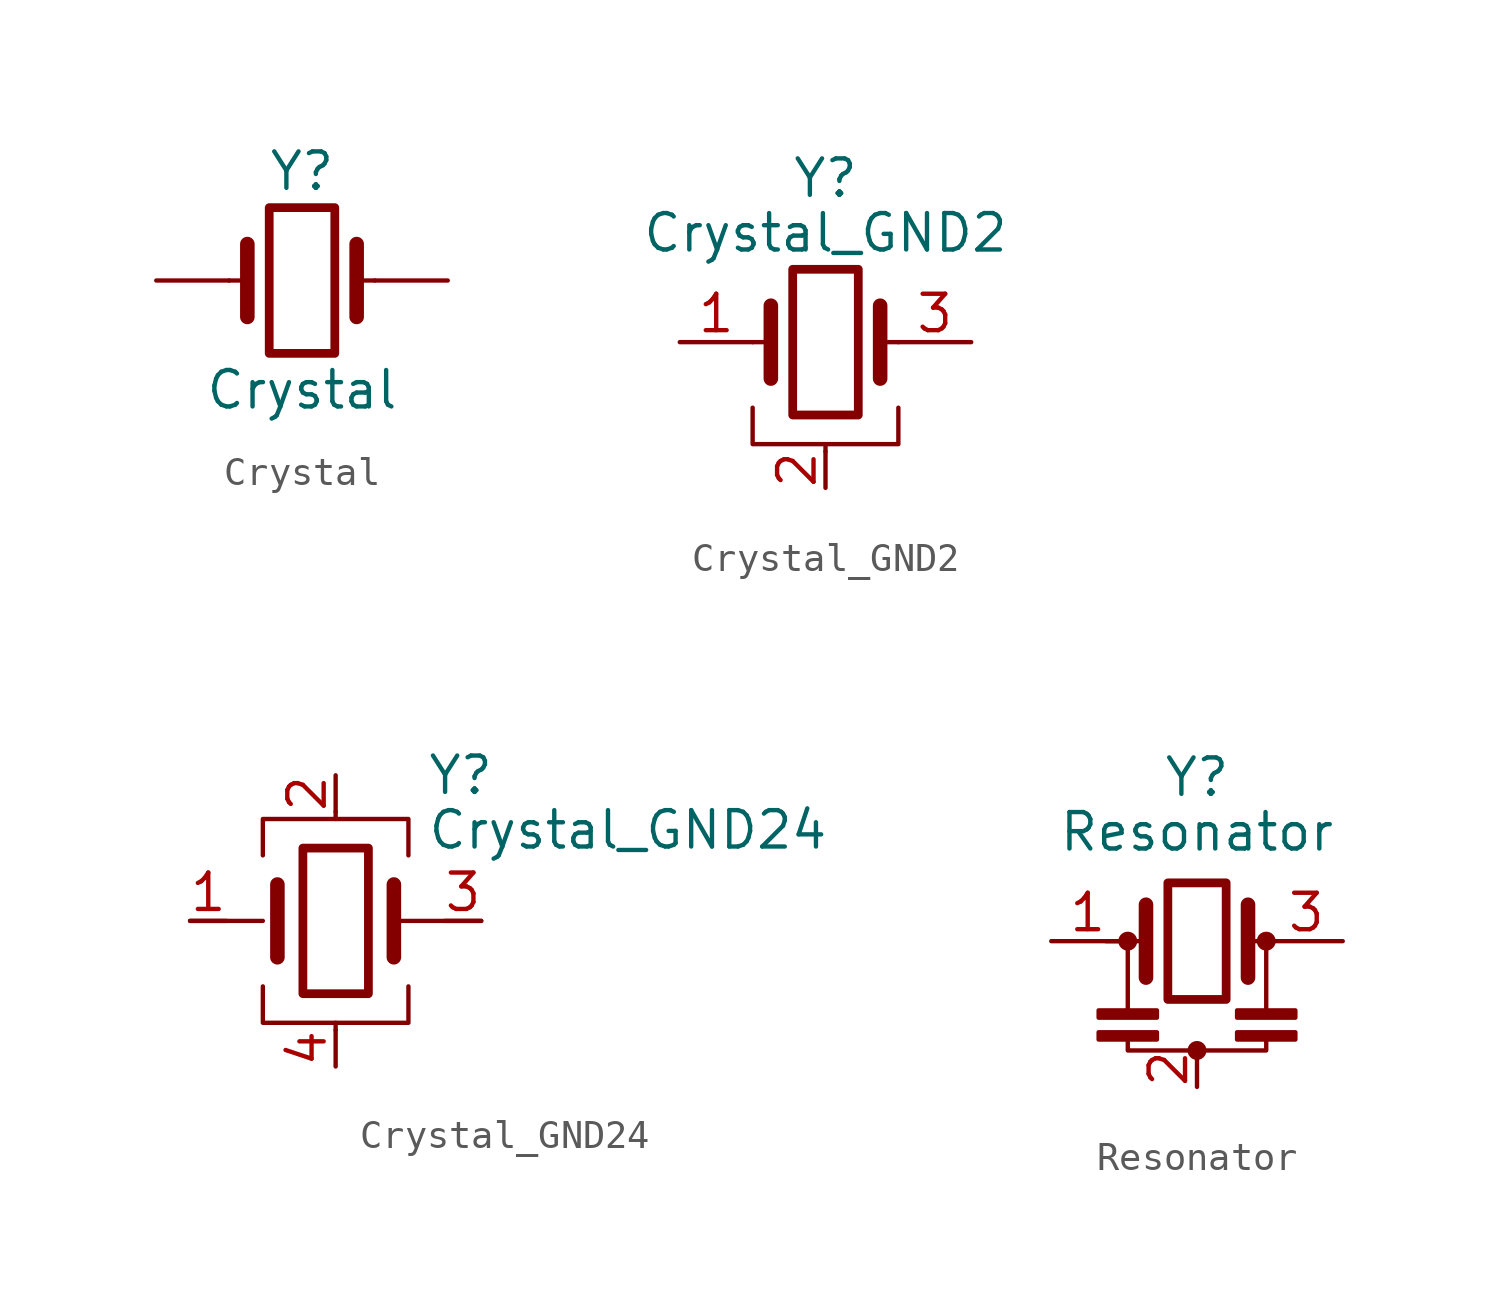
<source format=kicad_sym>
(kicad_symbol_lib
  (version 20220914)
  (generator kicad_symbol_editor)
  (symbol "Crystal"
    (pin_numbers hide)
    (pin_names
      (offset 1.016) hide)
    (property "Reference" "Y"
      (at 0 3.81 0)
      (effects (font (size 1.27 1.27))))
    (property "Value" "Crystal"
      (at 0 -3.81 0)
      (effects (font (size 1.27 1.27))))
    (symbol "Crystal_0_1"
      (rectangle (start -1.143 2.54) (end 1.143 -2.54) (stroke (width 0.305) (type default)) (fill (type none)))
      (polyline (pts (xy -2.54 0) (xy -1.905 0)) (stroke (width 0) (type default)) (fill (type none)))
      (polyline (pts (xy -1.905 -1.27) (xy -1.905 1.27)) (stroke (width 0.508) (type default)) (fill (type none)))
      (polyline (pts (xy 1.905 -1.27) (xy 1.905 1.27)) (stroke (width 0.508) (type default)) (fill (type none)))
      (polyline (pts (xy 2.54 0) (xy 1.905 0)) (stroke (width 0) (type default)) (fill (type none))))
    (symbol "Crystal_1_1"
      (pin passive line (at -5.08 0 0) (length 2.54) (name "1" (effects (font (size 1.27 1.27)))) (number "1" (effects (font (size 1.27 1.27)))))
      (pin passive line (at 5.08 0 180) (length 2.54) (name "2" (effects (font (size 1.27 1.27)))) (number "2" (effects (font (size 1.27 1.27)))))))
  (symbol "Crystal_GND2"
    (pin_names
      (offset 1.016) hide)
    (property "Reference" "Y"
      (at 0 5.715 0)
      (effects (font (size 1.27 1.27))))
    (property "Value" "Crystal_GND2"
      (at 0 3.81 0)
      (effects (font (size 1.27 1.27))))
    (symbol "Crystal_GND2_0_1"
      (rectangle (start -1.143 2.54) (end 1.143 -2.54) (stroke (width 0.305) (type default)) (fill (type none)))
      (polyline (pts (xy -2.54 0) (xy -1.905 0)) (stroke (width 0) (type default)) (fill (type none)))
      (polyline (pts (xy -1.905 -1.27) (xy -1.905 1.27)) (stroke (width 0.508) (type default)) (fill (type none)))
      (polyline (pts (xy 0 -3.81) (xy 0 -3.556)) (stroke (width 0) (type default)) (fill (type none)))
      (polyline (pts (xy 1.905 0) (xy 2.54 0)) (stroke (width 0) (type default)) (fill (type none)))
      (polyline (pts (xy 1.905 1.27) (xy 1.905 -1.27)) (stroke (width 0.508) (type default)) (fill (type none)))
      (polyline (pts (xy -2.54 -2.286) (xy -2.54 -3.556) (xy 2.54 -3.556) (xy 2.54 -2.286)) (stroke (width 0) (type default)) (fill (type none))))
    (symbol "Crystal_GND2_1_1"
      (pin passive line (at -5.08 0 0) (length 2.54) (name "1" (effects (font (size 1.27 1.27)))) (number "1" (effects (font (size 1.27 1.27)))))
      (pin passive line (at 0 -5.08 90) (length 1.27) (name "2" (effects (font (size 1.27 1.27)))) (number "2" (effects (font (size 1.27 1.27)))))
      (pin passive line (at 5.08 0 180) (length 2.54) (name "3" (effects (font (size 1.27 1.27)))) (number "3" (effects (font (size 1.27 1.27)))))))
  (symbol "Crystal_GND24"
    (pin_names
      (offset 1.016) hide)
    (property "Reference" "Y"
      (at 3.175 5.08 0)
      (effects (font (size 1.27 1.27)) (justify left)))
    (property "Value" "Crystal_GND24"
      (at 3.175 3.175 0)
      (effects (font (size 1.27 1.27)) (justify left)))
    (symbol "Crystal_GND24_0_1"
      (rectangle (start -1.143 2.54) (end 1.143 -2.54) (stroke (width 0.305) (type default)) (fill (type none)))
      (polyline (pts (xy -5.08 0) (xy -2.54 0)) (stroke (width 0) (type default)) (fill (type none)))
      (polyline (pts (xy -2.032 -1.27) (xy -2.032 1.27)) (stroke (width 0.508) (type default)) (fill (type none)))
      (polyline (pts (xy 0 -3.81) (xy 0 -3.556)) (stroke (width 0) (type default)) (fill (type none)))
      (polyline (pts (xy 0 3.556) (xy 0 3.81)) (stroke (width 0) (type default)) (fill (type none)))
      (polyline (pts (xy 2.032 -1.27) (xy 2.032 1.27)) (stroke (width 0.508) (type default)) (fill (type none)))
      (polyline (pts (xy 2.032 0) (xy 5.08 0)) (stroke (width 0) (type default)) (fill (type none)))
      (polyline (pts (xy -2.54 -2.286) (xy -2.54 -3.556) (xy 2.54 -3.556) (xy 2.54 -2.286)) (stroke (width 0) (type default)) (fill (type none)))
      (polyline (pts (xy -2.54 2.286) (xy -2.54 3.556) (xy 2.54 3.556) (xy 2.54 2.286)) (stroke (width 0) (type default)) (fill (type none))))
    (symbol "Crystal_GND24_1_1"
      (pin passive line (at -5.08 0 0) (length 1.27) (name "1" (effects (font (size 1.27 1.27)))) (number "1" (effects (font (size 1.27 1.27)))))
      (pin passive line (at 0 5.08 270) (length 1.27) (name "2" (effects (font (size 1.27 1.27)))) (number "2" (effects (font (size 1.27 1.27)))))
      (pin passive line (at 5.08 0 180) (length 1.27) (name "3" (effects (font (size 1.27 1.27)))) (number "3" (effects (font (size 1.27 1.27)))))
      (pin passive line (at 0 -5.08 90) (length 1.27) (name "4" (effects (font (size 1.27 1.27)))) (number "4" (effects (font (size 1.27 1.27)))))))
  (symbol "Resonator"
    (pin_names
      (offset 1.016) hide)
    (property "Reference" "Y"
      (at 0 5.715 0)
      (effects (font (size 1.27 1.27))))
    (property "Value" "Resonator"
      (at 0 3.81 0)
      (effects (font (size 1.27 1.27))))
    (symbol "Resonator_0_1"
      (rectangle (start -3.429 -3.175) (end -1.397 -3.429) (stroke (width 0) (type default)) (fill (type outline)))
      (rectangle (start -3.429 -2.413) (end -1.397 -2.667) (stroke (width 0) (type default)) (fill (type outline)))
      (circle (center -2.413 0) (radius 0.254) (stroke (width 0) (type default)) (fill (type outline)))
      (rectangle (start -1.016 2.032) (end 1.016 -2.032) (stroke (width 0.305) (type default)) (fill (type none)))
      (circle (center 0 -3.81) (radius 0.254) (stroke (width 0) (type default)) (fill (type outline)))
      (polyline (pts (xy -2.413 -2.413) (xy -2.413 0)) (stroke (width 0) (type default)) (fill (type none)))
      (polyline (pts (xy -1.905 0) (xy -3.175 0)) (stroke (width 0) (type default)) (fill (type none)))
      (polyline (pts (xy -1.778 -1.27) (xy -1.778 1.27)) (stroke (width 0.508) (type default)) (fill (type none)))
      (polyline (pts (xy 1.778 -1.27) (xy 1.778 1.27)) (stroke (width 0.508) (type default)) (fill (type none)))
      (polyline (pts (xy 1.905 0) (xy 2.54 0)) (stroke (width 0) (type default)) (fill (type none)))
      (polyline (pts (xy 2.413 0) (xy 2.413 -2.54)) (stroke (width 0) (type default)) (fill (type none)))
      (polyline (pts (xy 2.413 -3.302) (xy 2.413 -3.81) (xy -2.413 -3.81) (xy -2.413 -3.302)) (stroke (width 0) (type default)) (fill (type none)))
      (rectangle (start 1.397 -3.175) (end 3.429 -3.429) (stroke (width 0) (type default)) (fill (type outline)))
      (rectangle (start 1.397 -2.413) (end 3.429 -2.667) (stroke (width 0) (type default)) (fill (type outline)))
      (circle (center 2.413 0) (radius 0.254) (stroke (width 0) (type default)) (fill (type outline))))
    (symbol "Resonator_1_1"
      (pin passive line (at -5.08 0 0) (length 2.54) (name "1" (effects (font (size 1.27 1.27)))) (number "1" (effects (font (size 1.27 1.27)))))
      (pin passive line (at 0 -5.08 90) (length 1.27) (name "2" (effects (font (size 1.27 1.27)))) (number "2" (effects (font (size 1.27 1.27)))))
      (pin passive line (at 5.08 0 180) (length 2.54) (name "3" (effects (font (size 1.27 1.27)))) (number "3" (effects (font (size 1.27 1.27))))))))
</source>
